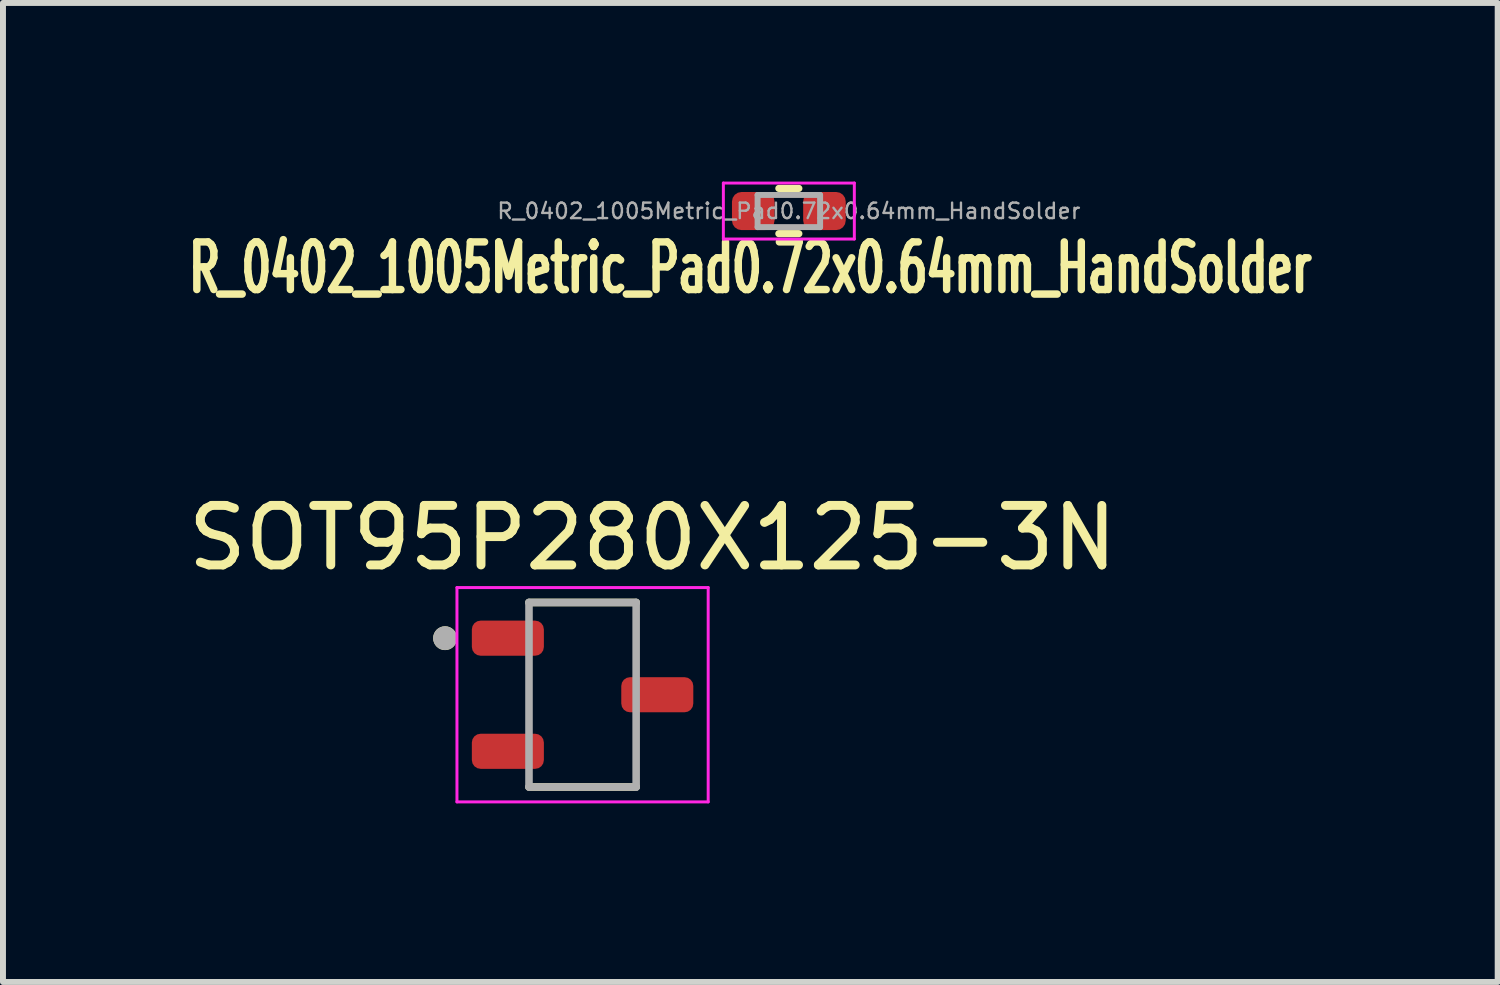
<source format=kicad_pcb>
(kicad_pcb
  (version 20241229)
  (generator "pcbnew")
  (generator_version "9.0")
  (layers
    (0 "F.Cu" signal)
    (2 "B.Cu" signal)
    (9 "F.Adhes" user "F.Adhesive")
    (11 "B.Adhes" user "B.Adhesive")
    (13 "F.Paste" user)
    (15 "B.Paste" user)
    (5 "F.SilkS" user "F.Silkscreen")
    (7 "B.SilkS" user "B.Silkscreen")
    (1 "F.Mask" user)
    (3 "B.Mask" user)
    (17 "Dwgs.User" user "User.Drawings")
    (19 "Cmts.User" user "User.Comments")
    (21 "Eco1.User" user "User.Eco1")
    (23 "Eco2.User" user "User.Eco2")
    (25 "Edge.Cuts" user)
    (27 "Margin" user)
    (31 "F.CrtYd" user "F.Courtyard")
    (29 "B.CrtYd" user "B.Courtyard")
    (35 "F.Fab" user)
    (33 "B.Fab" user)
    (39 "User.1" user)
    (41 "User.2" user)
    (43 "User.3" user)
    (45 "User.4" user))
  (footprint "SOT95P280X125-3N"
    (layer "F.Cu")
    (at 6.736 8.62)
    (property "Reference" "SOT95P280X125-3N" (at 1.175 -2.635 0) (layer "F.SilkS") (effects (font (size 1 1) (thickness 0.15))))
    (attr smd)
    (fp_line (start -0.9 1.55) (end 0.9 1.55) (stroke (width 0.127) (type solid)) (layer "F.SilkS"))
    (fp_line (start 0.9 -1.55) (end -0.9 -1.55) (stroke (width 0.127) (type solid)) (layer "F.SilkS"))
    (fp_circle (center -2.31 -0.95) (end -2.21 -0.95) (stroke (width 0.2) (type solid)) (fill no) (layer "F.SilkS"))
    (fp_line (start -2.11 -1.8) (end 2.11 -1.8) (stroke (width 0.05) (type solid)) (layer "F.CrtYd"))
    (fp_line (start -2.11 1.8) (end -2.11 -1.8) (stroke (width 0.05) (type solid)) (layer "F.CrtYd"))
    (fp_line (start 2.11 -1.8) (end 2.11 1.8) (stroke (width 0.05) (type solid)) (layer "F.CrtYd"))
    (fp_line (start 2.11 1.8) (end -2.11 1.8) (stroke (width 0.05) (type solid)) (layer "F.CrtYd"))
    (fp_line (start -0.9 -1.55) (end -0.9 1.55) (stroke (width 0.127) (type solid)) (layer "F.Fab"))
    (fp_line (start -0.9 1.55) (end 0.9 1.55) (stroke (width 0.127) (type solid)) (layer "F.Fab"))
    (fp_line (start 0.9 -1.55) (end -0.9 -1.55) (stroke (width 0.127) (type solid)) (layer "F.Fab"))
    (fp_line (start 0.9 1.55) (end 0.9 -1.55) (stroke (width 0.127) (type solid)) (layer "F.Fab"))
    (fp_circle (center -2.31 -0.95) (end -2.21 -0.95) (stroke (width 0.2) (type solid)) (fill no) (layer "F.Fab"))
    (pad "1" smd roundrect (at -1.255 -0.95 180) (size 1.21 0.59) (layers "F.Cu" "F.Mask" "F.Paste") (roundrect_rratio 0.25))
    (pad "2" smd roundrect (at -1.255 0.95 180) (size 1.21 0.59) (layers "F.Cu" "F.Mask" "F.Paste") (roundrect_rratio 0.25))
    (pad "3" smd roundrect (at 1.255 0 180) (size 1.21 0.59) (layers "F.Cu" "F.Mask" "F.Paste") (roundrect_rratio 0.25)))
  (footprint "R_0402_1005Metric_Pad0.72x0.64mm_HandSolder"
    (layer "F.Cu")
    (at 10.201 0.495)
    (property "Reference" "R_0402_1005Metric_Pad0.72x0.64mm_HandSolder" (at -0.647 0.955 0) (layer "F.SilkS") (effects (font (size 0.8 0.5) (thickness 0.125))))
    (attr smd)
    (fp_line (start -0.168 -0.38) (end 0.168 -0.38) (stroke (width 0.12) (type solid)) (layer "F.SilkS"))
    (fp_line (start -0.168 0.38) (end 0.168 0.38) (stroke (width 0.12) (type solid)) (layer "F.SilkS"))
    (fp_line (start -1.1 -0.47) (end 1.1 -0.47) (stroke (width 0.05) (type solid)) (layer "F.CrtYd"))
    (fp_line (start -1.1 0.47) (end -1.1 -0.47) (stroke (width 0.05) (type solid)) (layer "F.CrtYd"))
    (fp_line (start 1.1 -0.47) (end 1.1 0.47) (stroke (width 0.05) (type solid)) (layer "F.CrtYd"))
    (fp_line (start 1.1 0.47) (end -1.1 0.47) (stroke (width 0.05) (type solid)) (layer "F.CrtYd"))
    (fp_line (start -0.525 -0.27) (end 0.525 -0.27) (stroke (width 0.1) (type solid)) (layer "F.Fab"))
    (fp_line (start -0.525 0.27) (end -0.525 -0.27) (stroke (width 0.1) (type solid)) (layer "F.Fab"))
    (fp_line (start 0.525 -0.27) (end 0.525 0.27) (stroke (width 0.1) (type solid)) (layer "F.Fab"))
    (fp_line (start 0.525 0.27) (end -0.525 0.27) (stroke (width 0.1) (type solid)) (layer "F.Fab"))
    (fp_text user "${REFERENCE}" (at 0 0 0) (layer "F.Fab") (effects (font (size 0.26 0.26) (thickness 0.04))))
    (pad "1" smd roundrect (at -0.598 0 180) (size 0.715 0.64) (layers "F.Cu" "F.Mask" "F.Paste") (roundrect_rratio 0.25))
    (pad "2" smd roundrect (at 0.598 0 180) (size 0.715 0.64) (layers "F.Cu" "F.Mask" "F.Paste") (roundrect_rratio 0.25)))
  (gr_rect
    (start -3 -3)
    (end 22.108 13.445)
    (stroke (width 0.1) (type default))
    (fill no)
    (layer "Edge.Cuts")))
</source>
